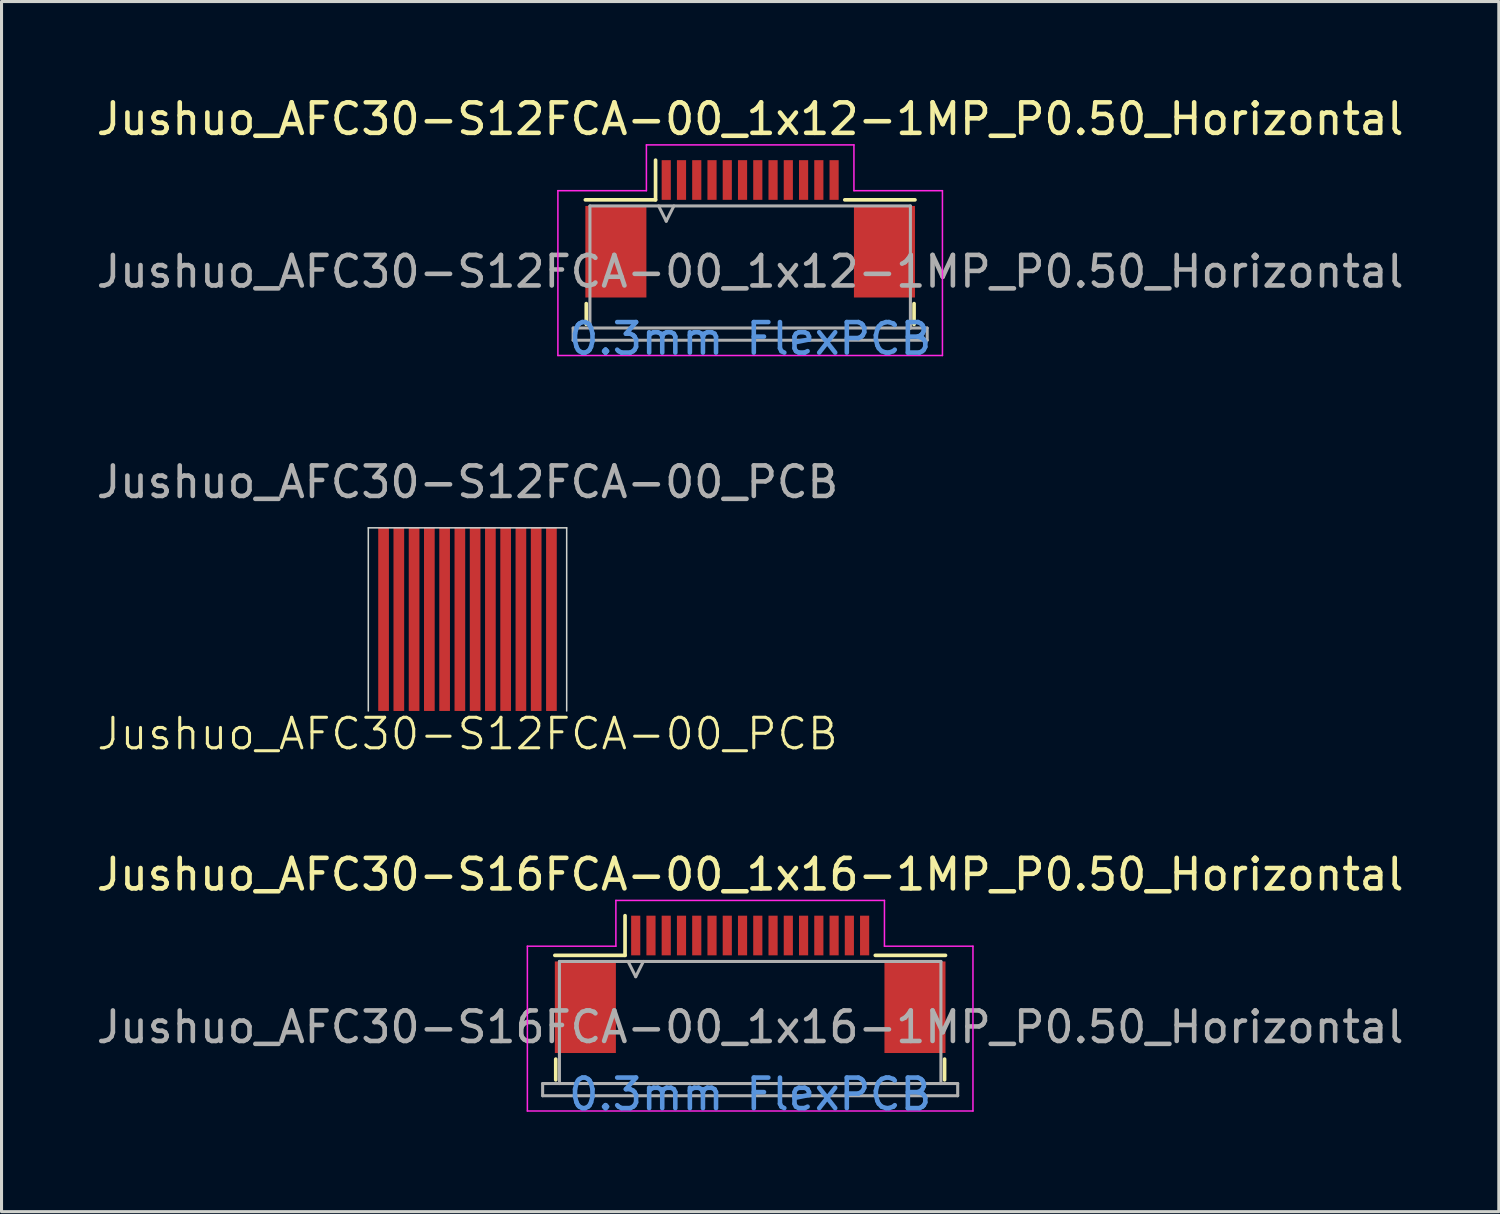
<source format=kicad_pcb>
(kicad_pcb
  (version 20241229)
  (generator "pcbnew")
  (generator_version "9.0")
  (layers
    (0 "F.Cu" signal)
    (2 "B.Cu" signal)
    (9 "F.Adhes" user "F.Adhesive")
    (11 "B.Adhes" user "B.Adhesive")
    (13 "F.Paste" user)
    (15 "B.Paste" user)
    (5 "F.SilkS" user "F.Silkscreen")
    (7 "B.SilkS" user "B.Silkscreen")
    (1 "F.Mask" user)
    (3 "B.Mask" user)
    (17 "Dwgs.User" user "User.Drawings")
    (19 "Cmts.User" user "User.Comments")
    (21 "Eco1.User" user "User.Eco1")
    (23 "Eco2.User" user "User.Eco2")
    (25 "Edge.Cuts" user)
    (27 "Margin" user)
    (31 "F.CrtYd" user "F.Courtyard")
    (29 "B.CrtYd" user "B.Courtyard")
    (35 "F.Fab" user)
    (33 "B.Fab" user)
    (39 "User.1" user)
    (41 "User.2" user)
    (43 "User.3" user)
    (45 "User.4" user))
  (footprint "Jushuo_AFC30-S12FCA-00_PCB"
    (layer "F.Cu")
    (at 12.268 17.245)
    (property "Reference" "Jushuo_AFC30-S12FCA-00_PCB" (at 0 3.75 0) (unlocked yes) (layer "F.SilkS") (effects (font (size 1 1) (thickness 0.1))))
    (attr smd)
    (fp_rect (start -3.25 -3) (end 3.25 0) (stroke (width 0) (type solid)) (fill yes) (layer "F.Mask"))
    (fp_line (start -3.25 -3) (end -3.25 3) (stroke (width 0.05) (type default)) (layer "Edge.Cuts"))
    (fp_line (start -3.25 -3) (end 3.25 -3) (stroke (width 0.05) (type default)) (layer "Edge.Cuts"))
    (fp_line (start 3.25 -3) (end 3.25 3) (stroke (width 0.05) (type default)) (layer "Edge.Cuts"))
    (fp_text user "${REFERENCE}" (at 0 -4.5 0) (unlocked yes) (layer "F.Fab") (effects (font (size 1 1) (thickness 0.15))))
    (pad "1" smd rect (at 2.75 0) (size 0.35 6) (layers "F.Cu" "F.Mask" "F.Paste"))
    (pad "2" smd rect (at 2.25 0) (size 0.35 6) (layers "F.Cu" "F.Mask" "F.Paste"))
    (pad "3" smd rect (at 1.75 0) (size 0.35 6) (layers "F.Cu" "F.Mask" "F.Paste"))
    (pad "4" smd rect (at 1.25 0) (size 0.35 6) (layers "F.Cu" "F.Mask" "F.Paste"))
    (pad "5" smd rect (at 0.75 0) (size 0.35 6) (layers "F.Cu" "F.Mask" "F.Paste"))
    (pad "6" smd rect (at 0.25 0) (size 0.35 6) (layers "F.Cu" "F.Mask" "F.Paste"))
    (pad "7" smd rect (at -0.25 0) (size 0.35 6) (layers "F.Cu" "F.Mask" "F.Paste"))
    (pad "8" smd rect (at -0.75 0) (size 0.35 6) (layers "F.Cu" "F.Mask" "F.Paste"))
    (pad "9" smd rect (at -1.25 0) (size 0.35 6) (layers "F.Cu" "F.Mask" "F.Paste"))
    (pad "10" smd rect (at -1.75 0) (size 0.35 6) (layers "F.Cu" "F.Mask" "F.Paste"))
    (pad "11" smd rect (at -2.25 0) (size 0.35 6) (layers "F.Cu" "F.Mask" "F.Paste"))
    (pad "12" smd rect (at -2.75 0) (size 0.35 6) (layers "F.Cu" "F.Mask" "F.Paste")))
  (footprint "Jushuo_AFC30-S12FCA-00_1x12-1MP_P0.50_Horizontal"
    (layer "F.Cu")
    (at 21.53 4.448)
    (property "Reference" "Jushuo_AFC30-S12FCA-00_1x12-1MP_P0.50_Horizontal" (at 0 -3.6 0) (layer "F.SilkS") (effects (font (size 1 1) (thickness 0.15))))
    (attr smd)
    (fp_line (start -5.37 2.45) (end -5.37 3.13) (stroke (width 0.12) (type solid)) (layer "F.SilkS"))
    (fp_line (start -3.1 -0.95) (end -5.4 -0.95) (stroke (width 0.12) (type solid)) (layer "F.SilkS"))
    (fp_line (start -3.1 -0.95) (end -3.1 -2.25) (stroke (width 0.12) (type solid)) (layer "F.SilkS"))
    (fp_line (start 3.1 -0.95) (end 5.4 -0.95) (stroke (width 0.12) (type solid)) (layer "F.SilkS"))
    (fp_line (start 5.37 2.45) (end 5.37 3.13) (stroke (width 0.12) (type solid)) (layer "F.SilkS"))
    (fp_line (start -6.3 -1.25) (end -6.3 4.15) (stroke (width 0.05) (type solid)) (layer "F.CrtYd"))
    (fp_line (start -6.3 4.15) (end 6.3 4.15) (stroke (width 0.05) (type solid)) (layer "F.CrtYd"))
    (fp_line (start -3.4 -2.75) (end -3.4 -1.25) (stroke (width 0.05) (type solid)) (layer "F.CrtYd"))
    (fp_line (start -3.4 -1.25) (end -6.3 -1.25) (stroke (width 0.05) (type solid)) (layer "F.CrtYd"))
    (fp_line (start 3.4 -2.75) (end -3.4 -2.75) (stroke (width 0.05) (type solid)) (layer "F.CrtYd"))
    (fp_line (start 3.4 -1.25) (end 3.4 -2.75) (stroke (width 0.05) (type solid)) (layer "F.CrtYd"))
    (fp_line (start 6.3 -1.25) (end 3.4 -1.25) (stroke (width 0.05) (type solid)) (layer "F.CrtYd"))
    (fp_line (start 6.3 4.15) (end 6.3 -1.25) (stroke (width 0.05) (type solid)) (layer "F.CrtYd"))
    (fp_line (start -5.8 3.25) (end -5.8 3.65) (stroke (width 0.1) (type solid)) (layer "F.Fab"))
    (fp_line (start -5.8 3.65) (end 5.8 3.65) (stroke (width 0.1) (type solid)) (layer "F.Fab"))
    (fp_line (start -5.25 -0.75) (end 5.25 -0.75) (stroke (width 0.1) (type solid)) (layer "F.Fab"))
    (fp_line (start -5.25 3.25) (end -5.8 3.25) (stroke (width 0.1) (type solid)) (layer "F.Fab"))
    (fp_line (start -5.25 3.25) (end -5.25 -0.75) (stroke (width 0.1) (type solid)) (layer "F.Fab"))
    (fp_line (start -3 -0.75) (end -2.75 -0.25) (stroke (width 0.1) (type solid)) (layer "F.Fab"))
    (fp_line (start -2.75 -0.25) (end -2.5 -0.75) (stroke (width 0.1) (type solid)) (layer "F.Fab"))
    (fp_line (start 5.25 3.25) (end -5.25 3.25) (stroke (width 0.1) (type solid)) (layer "F.Fab"))
    (fp_line (start 5.25 3.25) (end 5.25 -0.75) (stroke (width 0.1) (type solid)) (layer "F.Fab"))
    (fp_line (start 5.8 3.25) (end 5.25 3.25) (stroke (width 0.1) (type solid)) (layer "F.Fab"))
    (fp_line (start 5.8 3.65) (end 5.8 3.25) (stroke (width 0.1) (type solid)) (layer "F.Fab"))
    (fp_text user "0.3mm FlexPCB" (at 0 3.6 0) (layer "Cmts.User") (effects (font (size 1 1) (thickness 0.15))))
    (fp_text user "${REFERENCE}" (at 0 1.4 0) (unlocked yes) (layer "F.Fab") (effects (font (size 1 1) (thickness 0.15))))
    (pad "1" smd rect (at -2.75 -1.6) (size 0.3 1.3) (layers "F.Cu" "F.Mask" "F.Paste"))
    (pad "2" smd rect (at -2.25 -1.6) (size 0.3 1.3) (layers "F.Cu" "F.Mask" "F.Paste"))
    (pad "3" smd rect (at -1.75 -1.6) (size 0.3 1.3) (layers "F.Cu" "F.Mask" "F.Paste"))
    (pad "4" smd rect (at -1.25 -1.6) (size 0.3 1.3) (layers "F.Cu" "F.Mask" "F.Paste"))
    (pad "5" smd rect (at -0.75 -1.6) (size 0.3 1.3) (layers "F.Cu" "F.Mask" "F.Paste"))
    (pad "6" smd rect (at -0.25 -1.6) (size 0.3 1.3) (layers "F.Cu" "F.Mask" "F.Paste"))
    (pad "7" smd rect (at 0.25 -1.6) (size 0.3 1.3) (layers "F.Cu" "F.Mask" "F.Paste"))
    (pad "8" smd rect (at 0.75 -1.6) (size 0.3 1.3) (layers "F.Cu" "F.Mask" "F.Paste"))
    (pad "9" smd rect (at 1.25 -1.6) (size 0.3 1.3) (layers "F.Cu" "F.Mask" "F.Paste"))
    (pad "10" smd rect (at 1.75 -1.6) (size 0.3 1.3) (layers "F.Cu" "F.Mask" "F.Paste"))
    (pad "11" smd rect (at 2.25 -1.6) (size 0.3 1.3) (layers "F.Cu" "F.Mask" "F.Paste"))
    (pad "12" smd rect (at 2.75 -1.6) (size 0.3 1.3) (layers "F.Cu" "F.Mask" "F.Paste"))
    (pad "MP" smd rect (at -4.4 0.75) (size 2 3) (layers "F.Cu" "F.Mask" "F.Paste"))
    (pad "MP" smd rect (at 4.4 0.75) (size 2 3) (layers "F.Cu" "F.Mask" "F.Paste")))
  (footprint "Jushuo_AFC30-S16FCA-00_1x16-1MP_P0.50_Horizontal"
    (layer "F.Cu")
    (at 21.53 29.203)
    (property "Reference" "Jushuo_AFC30-S16FCA-00_1x16-1MP_P0.50_Horizontal" (at 0 -3.6 0) (layer "F.SilkS") (effects (font (size 1 1) (thickness 0.15))))
    (attr smd)
    (fp_line (start -6.37 2.45) (end -6.37 3.13) (stroke (width 0.12) (type solid)) (layer "F.SilkS"))
    (fp_line (start -4.1 -0.95) (end -6.4 -0.95) (stroke (width 0.12) (type solid)) (layer "F.SilkS"))
    (fp_line (start -4.1 -0.95) (end -4.1 -2.25) (stroke (width 0.12) (type solid)) (layer "F.SilkS"))
    (fp_line (start 4.1 -0.95) (end 6.4 -0.95) (stroke (width 0.12) (type solid)) (layer "F.SilkS"))
    (fp_line (start 6.37 2.45) (end 6.37 3.13) (stroke (width 0.12) (type solid)) (layer "F.SilkS"))
    (fp_line (start -7.3 -1.25) (end -7.3 4.15) (stroke (width 0.05) (type solid)) (layer "F.CrtYd"))
    (fp_line (start -7.3 4.15) (end 7.3 4.15) (stroke (width 0.05) (type solid)) (layer "F.CrtYd"))
    (fp_line (start -4.4 -2.75) (end -4.4 -1.25) (stroke (width 0.05) (type solid)) (layer "F.CrtYd"))
    (fp_line (start -4.4 -1.25) (end -7.3 -1.25) (stroke (width 0.05) (type solid)) (layer "F.CrtYd"))
    (fp_line (start 4.4 -2.75) (end -4.4 -2.75) (stroke (width 0.05) (type solid)) (layer "F.CrtYd"))
    (fp_line (start 4.4 -1.25) (end 4.4 -2.75) (stroke (width 0.05) (type solid)) (layer "F.CrtYd"))
    (fp_line (start 7.3 -1.25) (end 4.4 -1.25) (stroke (width 0.05) (type solid)) (layer "F.CrtYd"))
    (fp_line (start 7.3 4.15) (end 7.3 -1.25) (stroke (width 0.05) (type solid)) (layer "F.CrtYd"))
    (fp_line (start -6.8 3.25) (end -6.8 3.65) (stroke (width 0.1) (type solid)) (layer "F.Fab"))
    (fp_line (start -6.8 3.65) (end 6.8 3.65) (stroke (width 0.1) (type solid)) (layer "F.Fab"))
    (fp_line (start -6.25 -0.75) (end 6.25 -0.75) (stroke (width 0.1) (type solid)) (layer "F.Fab"))
    (fp_line (start -6.25 3.25) (end -6.8 3.25) (stroke (width 0.1) (type solid)) (layer "F.Fab"))
    (fp_line (start -6.25 3.25) (end -6.25 -0.75) (stroke (width 0.1) (type solid)) (layer "F.Fab"))
    (fp_line (start -4 -0.75) (end -3.75 -0.25) (stroke (width 0.1) (type solid)) (layer "F.Fab"))
    (fp_line (start -3.75 -0.25) (end -3.5 -0.75) (stroke (width 0.1) (type solid)) (layer "F.Fab"))
    (fp_line (start 6.25 3.25) (end -6.25 3.25) (stroke (width 0.1) (type solid)) (layer "F.Fab"))
    (fp_line (start 6.25 3.25) (end 6.25 -0.75) (stroke (width 0.1) (type solid)) (layer "F.Fab"))
    (fp_line (start 6.8 3.25) (end 6.25 3.25) (stroke (width 0.1) (type solid)) (layer "F.Fab"))
    (fp_line (start 6.8 3.65) (end 6.8 3.25) (stroke (width 0.1) (type solid)) (layer "F.Fab"))
    (fp_text user "0.3mm FlexPCB" (at 0 3.6 0) (layer "Cmts.User") (effects (font (size 1 1) (thickness 0.15))))
    (fp_text user "${REFERENCE}" (at 0 1.4 0) (unlocked yes) (layer "F.Fab") (effects (font (size 1 1) (thickness 0.15))))
    (pad "1" smd rect (at -3.75 -1.6) (size 0.3 1.3) (layers "F.Cu" "F.Mask" "F.Paste"))
    (pad "2" smd rect (at -3.25 -1.6) (size 0.3 1.3) (layers "F.Cu" "F.Mask" "F.Paste"))
    (pad "3" smd rect (at -2.75 -1.6) (size 0.3 1.3) (layers "F.Cu" "F.Mask" "F.Paste"))
    (pad "4" smd rect (at -2.25 -1.6) (size 0.3 1.3) (layers "F.Cu" "F.Mask" "F.Paste"))
    (pad "5" smd rect (at -1.75 -1.6) (size 0.3 1.3) (layers "F.Cu" "F.Mask" "F.Paste"))
    (pad "6" smd rect (at -1.25 -1.6) (size 0.3 1.3) (layers "F.Cu" "F.Mask" "F.Paste"))
    (pad "7" smd rect (at -0.75 -1.6) (size 0.3 1.3) (layers "F.Cu" "F.Mask" "F.Paste"))
    (pad "8" smd rect (at -0.25 -1.6) (size 0.3 1.3) (layers "F.Cu" "F.Mask" "F.Paste"))
    (pad "9" smd rect (at 0.25 -1.6) (size 0.3 1.3) (layers "F.Cu" "F.Mask" "F.Paste"))
    (pad "10" smd rect (at 0.75 -1.6) (size 0.3 1.3) (layers "F.Cu" "F.Mask" "F.Paste"))
    (pad "11" smd rect (at 1.25 -1.6) (size 0.3 1.3) (layers "F.Cu" "F.Mask" "F.Paste"))
    (pad "12" smd rect (at 1.75 -1.6) (size 0.3 1.3) (layers "F.Cu" "F.Mask" "F.Paste"))
    (pad "13" smd rect (at 2.25 -1.6) (size 0.3 1.3) (layers "F.Cu" "F.Mask" "F.Paste"))
    (pad "14" smd rect (at 2.75 -1.6) (size 0.3 1.3) (layers "F.Cu" "F.Mask" "F.Paste"))
    (pad "15" smd rect (at 3.25 -1.6) (size 0.3 1.3) (layers "F.Cu" "F.Mask" "F.Paste"))
    (pad "16" smd rect (at 3.75 -1.6) (size 0.3 1.3) (layers "F.Cu" "F.Mask" "F.Paste"))
    (pad "MP" smd rect (at -5.4 0.75) (size 2 3) (layers "F.Cu" "F.Mask" "F.Paste"))
    (pad "MP" smd rect (at 5.4 0.75) (size 2 3) (layers "F.Cu" "F.Mask" "F.Paste")))
  (gr_rect
    (start -3 -3)
    (end 46.06 36.652)
    (stroke (width 0.1) (type default))
    (fill no)
    (layer "Edge.Cuts")))
</source>
